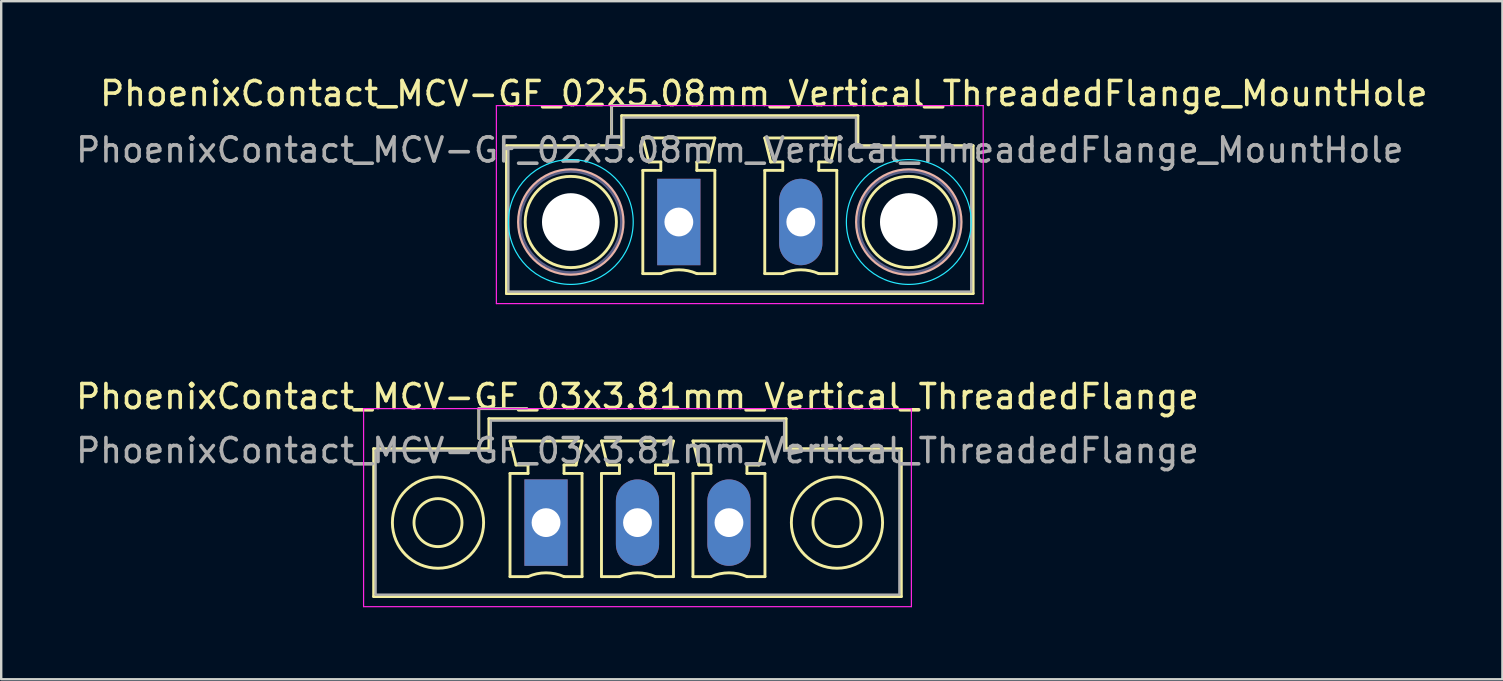
<source format=kicad_pcb>
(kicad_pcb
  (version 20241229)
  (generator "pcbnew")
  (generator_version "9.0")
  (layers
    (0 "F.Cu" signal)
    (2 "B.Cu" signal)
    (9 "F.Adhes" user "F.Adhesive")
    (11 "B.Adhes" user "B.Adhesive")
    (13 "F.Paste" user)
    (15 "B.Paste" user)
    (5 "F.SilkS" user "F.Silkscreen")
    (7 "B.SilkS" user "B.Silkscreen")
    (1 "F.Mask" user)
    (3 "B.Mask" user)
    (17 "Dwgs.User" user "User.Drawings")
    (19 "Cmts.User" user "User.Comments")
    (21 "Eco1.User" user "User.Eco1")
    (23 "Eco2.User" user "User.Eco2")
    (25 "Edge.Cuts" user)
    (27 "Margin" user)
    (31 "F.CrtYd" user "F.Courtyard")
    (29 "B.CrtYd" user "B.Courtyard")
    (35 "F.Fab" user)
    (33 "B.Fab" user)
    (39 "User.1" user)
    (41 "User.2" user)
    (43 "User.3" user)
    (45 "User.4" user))
  (footprint "PhoenixContact_MCV-GF_03x3.81mm_Vertical_ThreadedFlange"
    (layer "F.Cu")
    (at 19.696 18.721)
    (property "Reference" "PhoenixContact_MCV-GF_03x3.81mm_Vertical_ThreadedFlange" (at 3.81 -5.25 0) (layer "F.SilkS") (effects (font (size 1 1) (thickness 0.15))))
    (attr through_hole)
    (fp_line (start -7.18 -3.08) (end -7.18 3.08) (stroke (width 0.12) (type solid)) (layer "F.SilkS"))
    (fp_line (start -7.18 3.08) (end 14.8 3.08) (stroke (width 0.12) (type solid)) (layer "F.SilkS"))
    (fp_line (start -2.8 -4.75) (end -0.8 -4.75) (stroke (width 0.12) (type solid)) (layer "F.SilkS"))
    (fp_line (start -2.8 -3.5) (end -2.8 -4.75) (stroke (width 0.12) (type solid)) (layer "F.SilkS"))
    (fp_line (start -2.38 -4.33) (end -2.38 -3.08) (stroke (width 0.12) (type solid)) (layer "F.SilkS"))
    (fp_line (start -2.38 -3.08) (end -7.18 -3.08) (stroke (width 0.12) (type solid)) (layer "F.SilkS"))
    (fp_line (start -1.5 -3.4) (end 1.5 -3.4) (stroke (width 0.12) (type solid)) (layer "F.SilkS"))
    (fp_line (start -1.5 -2.05) (end -0.75 -2.05) (stroke (width 0.12) (type solid)) (layer "F.SilkS"))
    (fp_line (start -1.5 2.25) (end -1.5 -2.05) (stroke (width 0.12) (type solid)) (layer "F.SilkS"))
    (fp_line (start -1.25 -2.4) (end -1.5 -3.4) (stroke (width 0.12) (type solid)) (layer "F.SilkS"))
    (fp_line (start -0.75 -2.4) (end -1.25 -2.4) (stroke (width 0.12) (type solid)) (layer "F.SilkS"))
    (fp_line (start -0.75 -2.05) (end -0.75 -2.4) (stroke (width 0.12) (type solid)) (layer "F.SilkS"))
    (fp_line (start -0.75 2.25) (end -1.5 2.25) (stroke (width 0.12) (type solid)) (layer "F.SilkS"))
    (fp_line (start 0.75 -2.4) (end 0.75 -2.05) (stroke (width 0.12) (type solid)) (layer "F.SilkS"))
    (fp_line (start 0.75 -2.05) (end 1.5 -2.05) (stroke (width 0.12) (type solid)) (layer "F.SilkS"))
    (fp_line (start 1.25 -2.4) (end 0.75 -2.4) (stroke (width 0.12) (type solid)) (layer "F.SilkS"))
    (fp_line (start 1.5 -3.4) (end 1.25 -2.4) (stroke (width 0.12) (type solid)) (layer "F.SilkS"))
    (fp_line (start 1.5 -2.05) (end 1.5 2.25) (stroke (width 0.12) (type solid)) (layer "F.SilkS"))
    (fp_line (start 1.5 2.25) (end 0.75 2.25) (stroke (width 0.12) (type solid)) (layer "F.SilkS"))
    (fp_line (start 2.31 -3.4) (end 5.31 -3.4) (stroke (width 0.12) (type solid)) (layer "F.SilkS"))
    (fp_line (start 2.31 -2.05) (end 3.06 -2.05) (stroke (width 0.12) (type solid)) (layer "F.SilkS"))
    (fp_line (start 2.31 2.25) (end 2.31 -2.05) (stroke (width 0.12) (type solid)) (layer "F.SilkS"))
    (fp_line (start 2.56 -2.4) (end 2.31 -3.4) (stroke (width 0.12) (type solid)) (layer "F.SilkS"))
    (fp_line (start 3.06 -2.4) (end 2.56 -2.4) (stroke (width 0.12) (type solid)) (layer "F.SilkS"))
    (fp_line (start 3.06 -2.05) (end 3.06 -2.4) (stroke (width 0.12) (type solid)) (layer "F.SilkS"))
    (fp_line (start 3.06 2.25) (end 2.31 2.25) (stroke (width 0.12) (type solid)) (layer "F.SilkS"))
    (fp_line (start 4.56 -2.4) (end 4.56 -2.05) (stroke (width 0.12) (type solid)) (layer "F.SilkS"))
    (fp_line (start 4.56 -2.05) (end 5.31 -2.05) (stroke (width 0.12) (type solid)) (layer "F.SilkS"))
    (fp_line (start 5.06 -2.4) (end 4.56 -2.4) (stroke (width 0.12) (type solid)) (layer "F.SilkS"))
    (fp_line (start 5.31 -3.4) (end 5.06 -2.4) (stroke (width 0.12) (type solid)) (layer "F.SilkS"))
    (fp_line (start 5.31 -2.05) (end 5.31 2.25) (stroke (width 0.12) (type solid)) (layer "F.SilkS"))
    (fp_line (start 5.31 2.25) (end 4.56 2.25) (stroke (width 0.12) (type solid)) (layer "F.SilkS"))
    (fp_line (start 6.12 -3.4) (end 9.12 -3.4) (stroke (width 0.12) (type solid)) (layer "F.SilkS"))
    (fp_line (start 6.12 -2.05) (end 6.87 -2.05) (stroke (width 0.12) (type solid)) (layer "F.SilkS"))
    (fp_line (start 6.12 2.25) (end 6.12 -2.05) (stroke (width 0.12) (type solid)) (layer "F.SilkS"))
    (fp_line (start 6.37 -2.4) (end 6.12 -3.4) (stroke (width 0.12) (type solid)) (layer "F.SilkS"))
    (fp_line (start 6.87 -2.4) (end 6.37 -2.4) (stroke (width 0.12) (type solid)) (layer "F.SilkS"))
    (fp_line (start 6.87 -2.05) (end 6.87 -2.4) (stroke (width 0.12) (type solid)) (layer "F.SilkS"))
    (fp_line (start 6.87 2.25) (end 6.12 2.25) (stroke (width 0.12) (type solid)) (layer "F.SilkS"))
    (fp_line (start 8.37 -2.4) (end 8.37 -2.05) (stroke (width 0.12) (type solid)) (layer "F.SilkS"))
    (fp_line (start 8.37 -2.05) (end 9.12 -2.05) (stroke (width 0.12) (type solid)) (layer "F.SilkS"))
    (fp_line (start 8.87 -2.4) (end 8.37 -2.4) (stroke (width 0.12) (type solid)) (layer "F.SilkS"))
    (fp_line (start 9.12 -3.4) (end 8.87 -2.4) (stroke (width 0.12) (type solid)) (layer "F.SilkS"))
    (fp_line (start 9.12 -2.05) (end 9.12 2.25) (stroke (width 0.12) (type solid)) (layer "F.SilkS"))
    (fp_line (start 9.12 2.25) (end 8.37 2.25) (stroke (width 0.12) (type solid)) (layer "F.SilkS"))
    (fp_line (start 10 -4.33) (end -2.38 -4.33) (stroke (width 0.12) (type solid)) (layer "F.SilkS"))
    (fp_line (start 10 -3.08) (end 10 -4.33) (stroke (width 0.12) (type solid)) (layer "F.SilkS"))
    (fp_line (start 14.8 -3.08) (end 10 -3.08) (stroke (width 0.12) (type solid)) (layer "F.SilkS"))
    (fp_line (start 14.8 3.08) (end 14.8 -3.08) (stroke (width 0.12) (type solid)) (layer "F.SilkS"))
    (fp_arc (start -0.75 2.25) (mid -0.000193 2.09191) (end 0.749647 2.249844) (stroke (width 0.12) (type solid)) (layer "F.SilkS"))
    (fp_arc (start 3.06 2.25) (mid 3.809807 2.09191) (end 4.559647 2.249844) (stroke (width 0.12) (type solid)) (layer "F.SilkS"))
    (fp_arc (start 6.87 2.25) (mid 7.619807 2.09191) (end 8.369647 2.249844) (stroke (width 0.12) (type solid)) (layer "F.SilkS"))
    (fp_circle (center -4.5 0) (end -3.5 0) (stroke (width 0.12) (type solid)) (fill no) (layer "F.SilkS"))
    (fp_circle (center -4.5 0) (end -2.6 0) (stroke (width 0.12) (type solid)) (fill no) (layer "F.SilkS"))
    (fp_circle (center 12.12 0) (end 13.12 0) (stroke (width 0.12) (type solid)) (fill no) (layer "F.SilkS"))
    (fp_circle (center 12.12 0) (end 14.02 0) (stroke (width 0.12) (type solid)) (fill no) (layer "F.SilkS"))
    (fp_line (start -7.6 -4.75) (end -7.6 3.5) (stroke (width 0.05) (type solid)) (layer "F.CrtYd"))
    (fp_line (start -7.6 3.5) (end 15.22 3.5) (stroke (width 0.05) (type solid)) (layer "F.CrtYd"))
    (fp_line (start 15.22 -4.75) (end -7.6 -4.75) (stroke (width 0.05) (type solid)) (layer "F.CrtYd"))
    (fp_line (start 15.22 3.5) (end 15.22 -4.75) (stroke (width 0.05) (type solid)) (layer "F.CrtYd"))
    (fp_line (start -7.1 -3) (end -7.1 3) (stroke (width 0.1) (type solid)) (layer "F.Fab"))
    (fp_line (start -7.1 3) (end 14.72 3) (stroke (width 0.1) (type solid)) (layer "F.Fab"))
    (fp_line (start -2.8 -4.75) (end -0.8 -4.75) (stroke (width 0.1) (type solid)) (layer "F.Fab"))
    (fp_line (start -2.8 -3.5) (end -2.8 -4.75) (stroke (width 0.1) (type solid)) (layer "F.Fab"))
    (fp_line (start -2.3 -4.25) (end -2.3 -3) (stroke (width 0.1) (type solid)) (layer "F.Fab"))
    (fp_line (start -2.3 -3) (end -7.1 -3) (stroke (width 0.1) (type solid)) (layer "F.Fab"))
    (fp_line (start 9.92 -4.25) (end -2.3 -4.25) (stroke (width 0.1) (type solid)) (layer "F.Fab"))
    (fp_line (start 9.92 -3) (end 9.92 -4.25) (stroke (width 0.1) (type solid)) (layer "F.Fab"))
    (fp_line (start 14.72 -3) (end 9.92 -3) (stroke (width 0.1) (type solid)) (layer "F.Fab"))
    (fp_line (start 14.72 3) (end 14.72 -3) (stroke (width 0.1) (type solid)) (layer "F.Fab"))
    (fp_text user "${REFERENCE}" (at 3.81 -3 0) (layer "F.Fab") (effects (font (size 1 1) (thickness 0.15))))
    (pad "1" thru_hole rect (at 0 0) (size 1.8 3.6) (drill 1.2) (layers "*.Cu" "*.Mask"))
    (pad "2" thru_hole oval (at 3.81 0) (size 1.8 3.6) (drill 1.2) (layers "*.Cu" "*.Mask"))
    (pad "3" thru_hole oval (at 7.62 0) (size 1.8 3.6) (drill 1.2) (layers "*.Cu" "*.Mask")))
  (footprint "PhoenixContact_MCV-GF_02x5.08mm_Vertical_ThreadedFlange_MountHole"
    (layer "F.Cu")
    (at 25.228 6.198)
    (property "Reference" "PhoenixContact_MCV-GF_02x5.08mm_Vertical_ThreadedFlange_MountHole" (at 3.54 -5.35 0) (layer "F.SilkS") (effects (font (size 1 1) (thickness 0.15))))
    (attr through_hole)
    (fp_line (start -7.18 -3.18) (end -7.18 2.98) (stroke (width 0.12) (type solid)) (layer "F.SilkS"))
    (fp_line (start -7.18 2.98) (end 12.26 2.98) (stroke (width 0.12) (type solid)) (layer "F.SilkS"))
    (fp_line (start -2.8 -4.85) (end -0.8 -4.85) (stroke (width 0.12) (type solid)) (layer "F.SilkS"))
    (fp_line (start -2.8 -3.6) (end -2.8 -4.85) (stroke (width 0.12) (type solid)) (layer "F.SilkS"))
    (fp_line (start -2.38 -4.43) (end -2.38 -3.18) (stroke (width 0.12) (type solid)) (layer "F.SilkS"))
    (fp_line (start -2.38 -3.18) (end -7.18 -3.18) (stroke (width 0.12) (type solid)) (layer "F.SilkS"))
    (fp_line (start -1.5 -3.5) (end 1.5 -3.5) (stroke (width 0.12) (type solid)) (layer "F.SilkS"))
    (fp_line (start -1.5 -2.15) (end -0.75 -2.15) (stroke (width 0.12) (type solid)) (layer "F.SilkS"))
    (fp_line (start -1.5 2.15) (end -1.5 -2.15) (stroke (width 0.12) (type solid)) (layer "F.SilkS"))
    (fp_line (start -1.25 -2.5) (end -1.5 -3.5) (stroke (width 0.12) (type solid)) (layer "F.SilkS"))
    (fp_line (start -0.75 -2.5) (end -1.25 -2.5) (stroke (width 0.12) (type solid)) (layer "F.SilkS"))
    (fp_line (start -0.75 -2.15) (end -0.75 -2.5) (stroke (width 0.12) (type solid)) (layer "F.SilkS"))
    (fp_line (start -0.75 2.15) (end -1.5 2.15) (stroke (width 0.12) (type solid)) (layer "F.SilkS"))
    (fp_line (start 0.75 -2.5) (end 0.75 -2.15) (stroke (width 0.12) (type solid)) (layer "F.SilkS"))
    (fp_line (start 0.75 -2.15) (end 1.5 -2.15) (stroke (width 0.12) (type solid)) (layer "F.SilkS"))
    (fp_line (start 1.25 -2.5) (end 0.75 -2.5) (stroke (width 0.12) (type solid)) (layer "F.SilkS"))
    (fp_line (start 1.5 -3.5) (end 1.25 -2.5) (stroke (width 0.12) (type solid)) (layer "F.SilkS"))
    (fp_line (start 1.5 -2.15) (end 1.5 2.15) (stroke (width 0.12) (type solid)) (layer "F.SilkS"))
    (fp_line (start 1.5 2.15) (end 0.75 2.15) (stroke (width 0.12) (type solid)) (layer "F.SilkS"))
    (fp_line (start 3.58 -3.5) (end 6.58 -3.5) (stroke (width 0.12) (type solid)) (layer "F.SilkS"))
    (fp_line (start 3.58 -2.15) (end 4.33 -2.15) (stroke (width 0.12) (type solid)) (layer "F.SilkS"))
    (fp_line (start 3.58 2.15) (end 3.58 -2.15) (stroke (width 0.12) (type solid)) (layer "F.SilkS"))
    (fp_line (start 3.83 -2.5) (end 3.58 -3.5) (stroke (width 0.12) (type solid)) (layer "F.SilkS"))
    (fp_line (start 4.33 -2.5) (end 3.83 -2.5) (stroke (width 0.12) (type solid)) (layer "F.SilkS"))
    (fp_line (start 4.33 -2.15) (end 4.33 -2.5) (stroke (width 0.12) (type solid)) (layer "F.SilkS"))
    (fp_line (start 4.33 2.15) (end 3.58 2.15) (stroke (width 0.12) (type solid)) (layer "F.SilkS"))
    (fp_line (start 5.83 -2.5) (end 5.83 -2.15) (stroke (width 0.12) (type solid)) (layer "F.SilkS"))
    (fp_line (start 5.83 -2.15) (end 6.58 -2.15) (stroke (width 0.12) (type solid)) (layer "F.SilkS"))
    (fp_line (start 6.33 -2.5) (end 5.83 -2.5) (stroke (width 0.12) (type solid)) (layer "F.SilkS"))
    (fp_line (start 6.58 -3.5) (end 6.33 -2.5) (stroke (width 0.12) (type solid)) (layer "F.SilkS"))
    (fp_line (start 6.58 -2.15) (end 6.58 2.15) (stroke (width 0.12) (type solid)) (layer "F.SilkS"))
    (fp_line (start 6.58 2.15) (end 5.83 2.15) (stroke (width 0.12) (type solid)) (layer "F.SilkS"))
    (fp_line (start 7.46 -4.43) (end -2.38 -4.43) (stroke (width 0.12) (type solid)) (layer "F.SilkS"))
    (fp_line (start 7.46 -3.18) (end 7.46 -4.43) (stroke (width 0.12) (type solid)) (layer "F.SilkS"))
    (fp_line (start 12.26 -3.18) (end 7.46 -3.18) (stroke (width 0.12) (type solid)) (layer "F.SilkS"))
    (fp_line (start 12.26 2.98) (end 12.26 -3.18) (stroke (width 0.12) (type solid)) (layer "F.SilkS"))
    (fp_arc (start -0.75 2.15) (mid -0.000193 1.99191) (end 0.749647 2.149844) (stroke (width 0.12) (type solid)) (layer "F.SilkS"))
    (fp_arc (start 4.33 2.15) (mid 5.079807 1.99191) (end 5.829647 2.149844) (stroke (width 0.12) (type solid)) (layer "F.SilkS"))
    (fp_circle (center -4.5 0) (end -2.6 0) (stroke (width 0.12) (type solid)) (fill no) (layer "F.SilkS"))
    (fp_circle (center 9.58 0) (end 11.48 0) (stroke (width 0.12) (type solid)) (fill no) (layer "F.SilkS"))
    (fp_circle (center -4.5 0) (end -2.32 0) (stroke (width 0.12) (type solid)) (fill no) (layer "B.SilkS"))
    (fp_circle (center 9.58 0) (end 11.76 0) (stroke (width 0.12) (type solid)) (fill no) (layer "B.SilkS"))
    (fp_circle (center -4.5 0) (end -1.9 0) (stroke (width 0.05) (type solid)) (fill no) (layer "B.CrtYd"))
    (fp_circle (center 9.58 0) (end 12.18 0) (stroke (width 0.05) (type solid)) (fill no) (layer "B.CrtYd"))
    (fp_line (start -7.6 -4.85) (end -7.6 3.4) (stroke (width 0.05) (type solid)) (layer "F.CrtYd"))
    (fp_line (start -7.6 3.4) (end 12.68 3.4) (stroke (width 0.05) (type solid)) (layer "F.CrtYd"))
    (fp_line (start 12.68 -4.85) (end -7.6 -4.85) (stroke (width 0.05) (type solid)) (layer "F.CrtYd"))
    (fp_line (start 12.68 3.4) (end 12.68 -4.85) (stroke (width 0.05) (type solid)) (layer "F.CrtYd"))
    (fp_circle (center -4.5 0) (end -2.4 0) (stroke (width 0.1) (type solid)) (fill no) (layer "B.Fab"))
    (fp_circle (center 9.58 0) (end 11.68 0) (stroke (width 0.1) (type solid)) (fill no) (layer "B.Fab"))
    (fp_line (start -7.1 -3.1) (end -7.1 2.9) (stroke (width 0.1) (type solid)) (layer "F.Fab"))
    (fp_line (start -7.1 2.9) (end 12.18 2.9) (stroke (width 0.1) (type solid)) (layer "F.Fab"))
    (fp_line (start -2.8 -4.85) (end -0.8 -4.85) (stroke (width 0.1) (type solid)) (layer "F.Fab"))
    (fp_line (start -2.8 -3.6) (end -2.8 -4.85) (stroke (width 0.1) (type solid)) (layer "F.Fab"))
    (fp_line (start -2.3 -4.35) (end -2.3 -3.1) (stroke (width 0.1) (type solid)) (layer "F.Fab"))
    (fp_line (start -2.3 -3.1) (end -7.1 -3.1) (stroke (width 0.1) (type solid)) (layer "F.Fab"))
    (fp_line (start 7.38 -4.35) (end -2.3 -4.35) (stroke (width 0.1) (type solid)) (layer "F.Fab"))
    (fp_line (start 7.38 -3.1) (end 7.38 -4.35) (stroke (width 0.1) (type solid)) (layer "F.Fab"))
    (fp_line (start 12.18 -3.1) (end 7.38 -3.1) (stroke (width 0.1) (type solid)) (layer "F.Fab"))
    (fp_line (start 12.18 2.9) (end 12.18 -3.1) (stroke (width 0.1) (type solid)) (layer "F.Fab"))
    (fp_text user "${REFERENCE}" (at 2.54 -3 0) (layer "F.Fab") (effects (font (size 1 1) (thickness 0.15))))
    (pad "" np_thru_hole circle (at -4.5 0) (size 2.4 2.4) (drill 2.4) (layers "*.Cu" "*.Mask"))
    (pad "" np_thru_hole circle (at 9.58 0) (size 2.4 2.4) (drill 2.4) (layers "*.Cu" "*.Mask"))
    (pad "1" thru_hole rect (at 0 0) (size 1.8 3.6) (drill 1.2) (layers "*.Cu" "*.Mask"))
    (pad "2" thru_hole oval (at 5.08 0) (size 1.8 3.6) (drill 1.2) (layers "*.Cu" "*.Mask")))
  (gr_rect
    (start -3 -3)
    (end 59.536 25.247)
    (stroke (width 0.1) (type default))
    (fill no)
    (layer "Edge.Cuts")))
</source>
